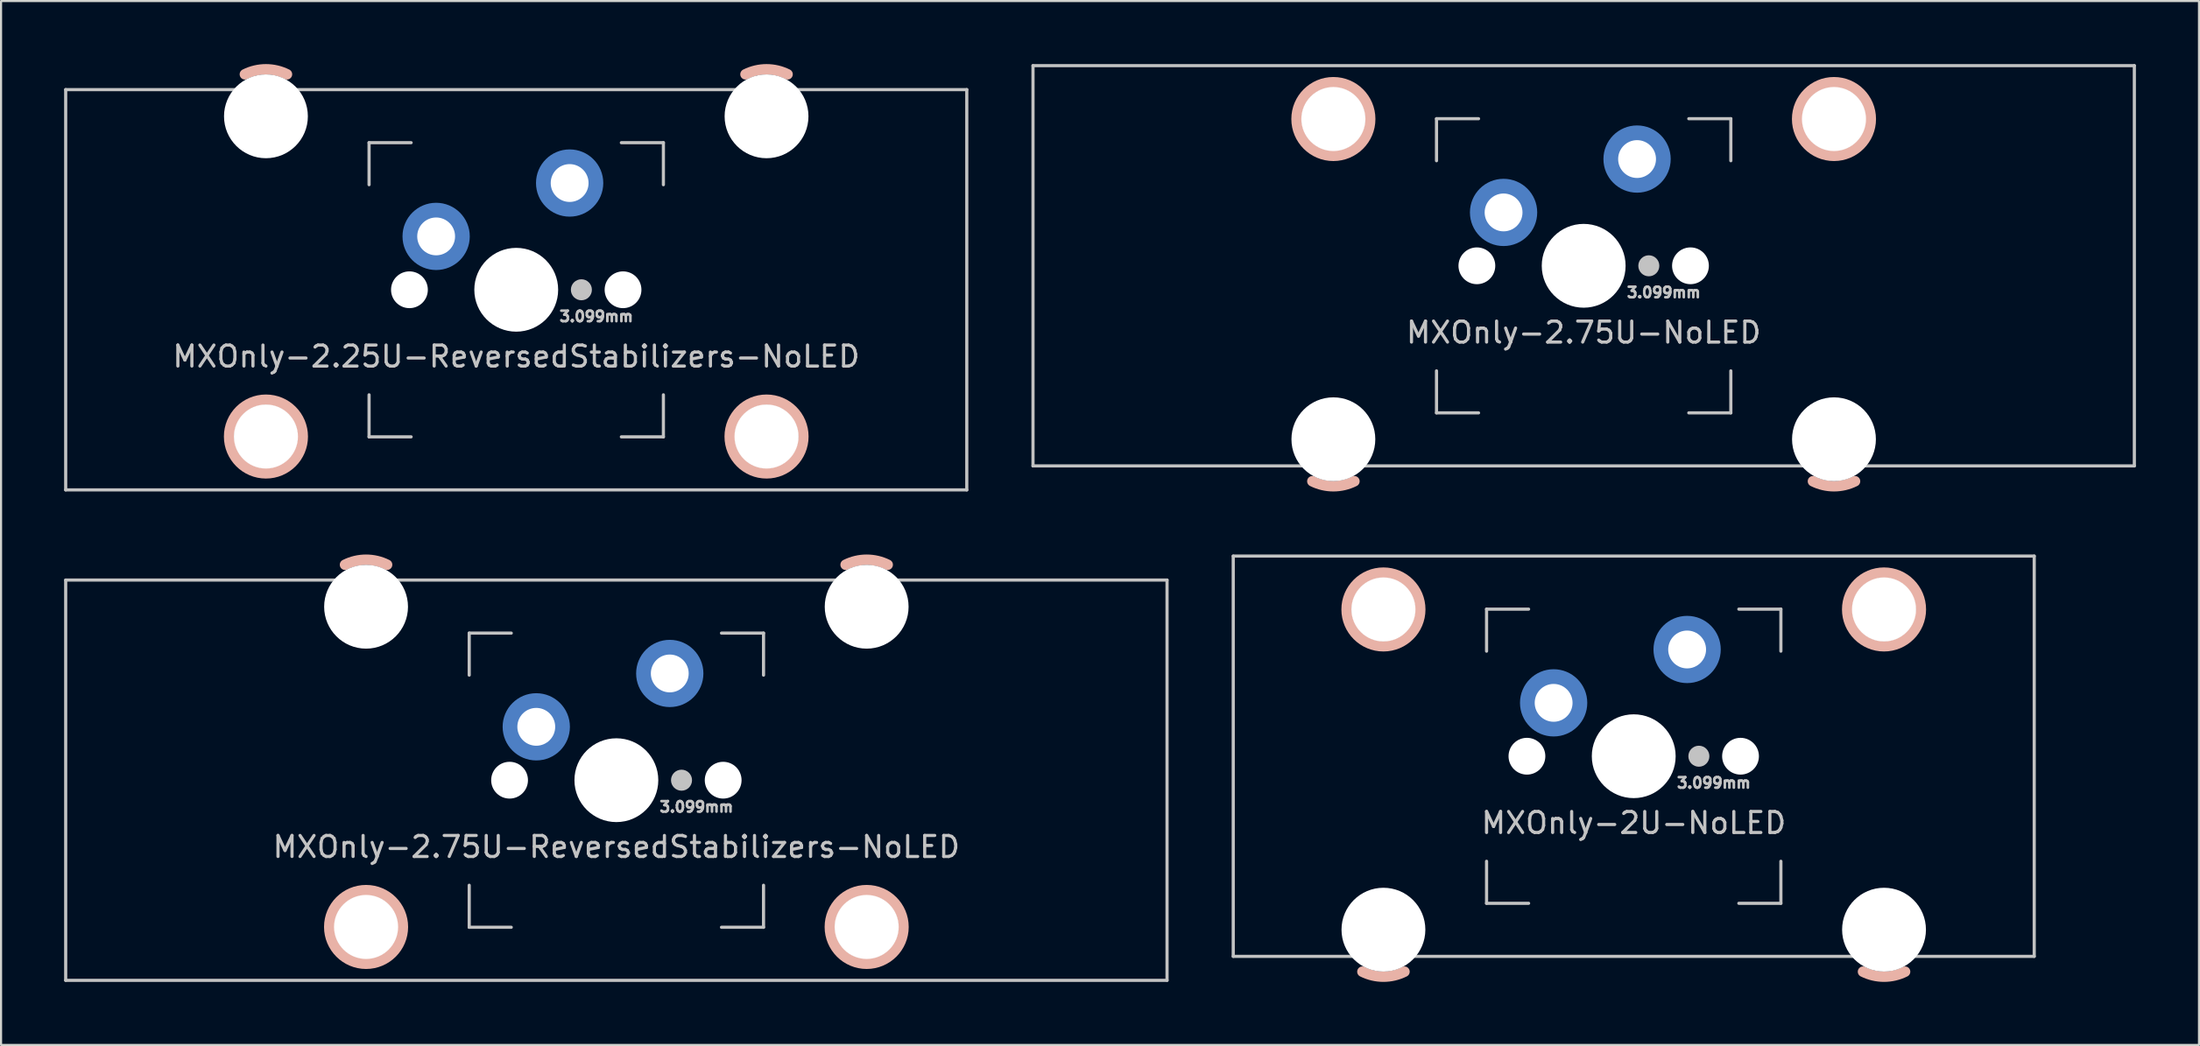
<source format=kicad_pcb>
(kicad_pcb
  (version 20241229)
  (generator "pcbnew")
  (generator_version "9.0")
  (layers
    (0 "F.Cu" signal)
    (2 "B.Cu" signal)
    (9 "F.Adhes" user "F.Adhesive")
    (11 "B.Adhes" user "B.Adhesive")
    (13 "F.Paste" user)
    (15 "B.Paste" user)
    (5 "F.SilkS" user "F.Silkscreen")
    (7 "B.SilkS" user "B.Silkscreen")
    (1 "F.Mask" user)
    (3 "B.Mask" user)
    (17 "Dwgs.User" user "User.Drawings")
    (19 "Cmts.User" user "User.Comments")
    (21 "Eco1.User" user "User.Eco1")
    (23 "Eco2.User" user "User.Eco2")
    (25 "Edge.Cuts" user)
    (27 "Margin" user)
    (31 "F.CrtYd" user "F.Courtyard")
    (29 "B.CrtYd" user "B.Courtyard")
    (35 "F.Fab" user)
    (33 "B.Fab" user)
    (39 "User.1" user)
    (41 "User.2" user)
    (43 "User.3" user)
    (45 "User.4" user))
  (footprint "MXOnly-2.25U-ReversedStabilizers-NoLED"
    (layer "F.Cu")
    (at 21.506 10.741)
    (property "Reference" "MXOnly-2.25U-ReversedStabilizers-NoLED" (at 0 3.175 0) (layer "Dwgs.User") (effects (font (size 1 1) (thickness 0.15))))
    (attr through_hole)
    (fp_arc (start -12.90625 -10.255) (mid -11.906837 -10.491068) (end -10.907301 -10.255525) (stroke (width 0.5) (type solid)) (layer "B.SilkS"))
    (fp_arc (start 10.90625 -10.255) (mid 11.905663 -10.491068) (end 12.905199 -10.255525) (stroke (width 0.5) (type solid)) (layer "B.SilkS"))
    (fp_circle (center -11.906 6.985) (end -13.656 6.985) (stroke (width 0.5) (type solid)) (fill no) (layer "B.SilkS"))
    (fp_circle (center 11.906 6.985) (end 10.156 6.985) (stroke (width 0.5) (type solid)) (fill no) (layer "B.SilkS"))
    (fp_line (start -21.431 -9.525) (end 21.431 -9.525) (stroke (width 0.15) (type solid)) (layer "Dwgs.User"))
    (fp_line (start -21.431 9.525) (end -21.431 -9.525) (stroke (width 0.15) (type solid)) (layer "Dwgs.User"))
    (fp_line (start -21.431 9.525) (end 21.431 9.525) (stroke (width 0.15) (type solid)) (layer "Dwgs.User"))
    (fp_line (start -7 -7) (end -7 -5) (stroke (width 0.15) (type solid)) (layer "Dwgs.User"))
    (fp_line (start -7 5) (end -7 7) (stroke (width 0.15) (type solid)) (layer "Dwgs.User"))
    (fp_line (start -7 7) (end -5 7) (stroke (width 0.15) (type solid)) (layer "Dwgs.User"))
    (fp_line (start -5 -7) (end -7 -7) (stroke (width 0.15) (type solid)) (layer "Dwgs.User"))
    (fp_line (start 5 -7) (end 7 -7) (stroke (width 0.15) (type solid)) (layer "Dwgs.User"))
    (fp_line (start 5 7) (end 7 7) (stroke (width 0.15) (type solid)) (layer "Dwgs.User"))
    (fp_line (start 7 -7) (end 7 -5) (stroke (width 0.15) (type solid)) (layer "Dwgs.User"))
    (fp_line (start 7 7) (end 7 5) (stroke (width 0.15) (type solid)) (layer "Dwgs.User"))
    (fp_line (start 21.431 -9.525) (end 21.431 9.525) (stroke (width 0.15) (type solid)) (layer "Dwgs.User"))
    (fp_text user "3.099mm" (at 3.81 1.27 0) (layer "Dwgs.User") (effects (font (size 0.5 0.5) (thickness 0.125))))
    (pad "" np_thru_hole circle (at -11.906 -8.255) (size 3.988 3.988) (drill 3.988) (layers "*.Cu" "*.Mask"))
    (pad "" np_thru_hole circle (at -11.906 6.985) (size 3.048 3.048) (drill 3.048) (layers "*.Cu" "*.Mask"))
    (pad "" np_thru_hole circle (at -5.08 0 48.1) (size 1.75 1.75) (drill 1.75) (layers "*.Cu" "*.Mask"))
    (pad "" smd circle (at -3.81 -2.54) (size 2.8 2.8) (layers "B.Mask"))
    (pad "" np_thru_hole circle (at 0 0) (size 3.988 3.988) (drill 3.988) (layers "*.Cu" "*.Mask"))
    (pad "" smd circle (at 2.54 -5.08) (size 2.8 2.8) (layers "B.Mask"))
    (pad "" smd circle (at 3.099 0) (size 1 1) (layers "Dwgs.User"))
    (pad "" np_thru_hole circle (at 5.08 0 48.1) (size 1.75 1.75) (drill 1.75) (layers "*.Cu" "*.Mask"))
    (pad "" np_thru_hole circle (at 11.906 -8.255) (size 3.988 3.988) (drill 3.988) (layers "*.Cu" "*.Mask"))
    (pad "" np_thru_hole circle (at 11.906 6.985) (size 3.048 3.048) (drill 3.048) (layers "*.Cu" "*.Mask"))
    (pad "1" thru_hole circle (at -3.81 -2.54) (size 2.4 2.4) (drill 1.8) (layers "*.Cu"))
    (pad "1" connect circle (at -3.81 -2.54) (size 3.2 3.2) (layers "B.Cu"))
    (pad "2" thru_hole circle (at 2.54 -5.08) (size 2.4 2.4) (drill 1.8) (layers "*.Cu"))
    (pad "2" connect circle (at 2.54 -5.08) (size 3.2 3.2) (layers "B.Cu")))
  (footprint "MXOnly-2.75U-NoLED"
    (layer "F.Cu")
    (at 72.281 9.6)
    (property "Reference" "MXOnly-2.75U-NoLED" (at 0 3.175 0) (layer "Dwgs.User") (effects (font (size 1 1) (thickness 0.15))))
    (attr through_hole)
    (fp_arc (start -10.90625 10.255) (mid -11.905663 10.491068) (end -12.905199 10.255525) (stroke (width 0.5) (type solid)) (layer "B.SilkS"))
    (fp_arc (start 12.90625 10.255) (mid 11.906837 10.491068) (end 10.907301 10.255525) (stroke (width 0.5) (type solid)) (layer "B.SilkS"))
    (fp_circle (center -11.906 -6.985) (end -10.156 -6.985) (stroke (width 0.5) (type solid)) (fill no) (layer "B.SilkS"))
    (fp_circle (center 11.906 -6.985) (end 13.656 -6.985) (stroke (width 0.5) (type solid)) (fill no) (layer "B.SilkS"))
    (fp_line (start -26.194 -9.525) (end 26.194 -9.525) (stroke (width 0.15) (type solid)) (layer "Dwgs.User"))
    (fp_line (start -26.194 9.525) (end -26.194 -9.525) (stroke (width 0.15) (type solid)) (layer "Dwgs.User"))
    (fp_line (start -26.194 9.525) (end 26.194 9.525) (stroke (width 0.15) (type solid)) (layer "Dwgs.User"))
    (fp_line (start -7 -7) (end -7 -5) (stroke (width 0.15) (type solid)) (layer "Dwgs.User"))
    (fp_line (start -7 5) (end -7 7) (stroke (width 0.15) (type solid)) (layer "Dwgs.User"))
    (fp_line (start -7 7) (end -5 7) (stroke (width 0.15) (type solid)) (layer "Dwgs.User"))
    (fp_line (start -5 -7) (end -7 -7) (stroke (width 0.15) (type solid)) (layer "Dwgs.User"))
    (fp_line (start 5 -7) (end 7 -7) (stroke (width 0.15) (type solid)) (layer "Dwgs.User"))
    (fp_line (start 5 7) (end 7 7) (stroke (width 0.15) (type solid)) (layer "Dwgs.User"))
    (fp_line (start 7 -7) (end 7 -5) (stroke (width 0.15) (type solid)) (layer "Dwgs.User"))
    (fp_line (start 7 7) (end 7 5) (stroke (width 0.15) (type solid)) (layer "Dwgs.User"))
    (fp_line (start 26.194 -9.525) (end 26.194 9.525) (stroke (width 0.15) (type solid)) (layer "Dwgs.User"))
    (fp_text user "3.099mm" (at 3.81 1.27 0) (layer "Dwgs.User") (effects (font (size 0.5 0.5) (thickness 0.125))))
    (pad "" np_thru_hole circle (at -11.906 -6.985) (size 3.048 3.048) (drill 3.048) (layers "*.Cu" "*.Mask"))
    (pad "" np_thru_hole circle (at -11.906 8.255) (size 3.988 3.988) (drill 3.988) (layers "*.Cu" "*.Mask"))
    (pad "" np_thru_hole circle (at -5.08 0 48.1) (size 1.75 1.75) (drill 1.75) (layers "*.Cu" "*.Mask"))
    (pad "" smd circle (at -3.81 -2.54) (size 2.8 2.8) (layers "B.Mask"))
    (pad "" np_thru_hole circle (at 0 0) (size 3.988 3.988) (drill 3.988) (layers "*.Cu" "*.Mask"))
    (pad "" smd circle (at 2.54 -5.08) (size 2.8 2.8) (layers "B.Mask"))
    (pad "" smd circle (at 3.099 0) (size 1 1) (layers "Dwgs.User"))
    (pad "" np_thru_hole circle (at 5.08 0 48.1) (size 1.75 1.75) (drill 1.75) (layers "*.Cu" "*.Mask"))
    (pad "" np_thru_hole circle (at 11.906 -6.985) (size 3.048 3.048) (drill 3.048) (layers "*.Cu" "*.Mask"))
    (pad "" np_thru_hole circle (at 11.906 8.255) (size 3.988 3.988) (drill 3.988) (layers "*.Cu" "*.Mask"))
    (pad "1" thru_hole circle (at -3.81 -2.54) (size 2.4 2.4) (drill 1.8) (layers "*.Cu"))
    (pad "1" connect circle (at -3.81 -2.54) (size 3.2 3.2) (layers "B.Cu"))
    (pad "2" thru_hole circle (at 2.54 -5.08) (size 2.4 2.4) (drill 1.8) (layers "*.Cu"))
    (pad "2" connect circle (at 2.54 -5.08) (size 3.2 3.2) (layers "B.Cu")))
  (footprint "MXOnly-2.75U-ReversedStabilizers-NoLED"
    (layer "F.Cu")
    (at 26.269 34.082)
    (property "Reference" "MXOnly-2.75U-ReversedStabilizers-NoLED" (at 0 3.175 0) (layer "Dwgs.User") (effects (font (size 1 1) (thickness 0.15))))
    (attr through_hole)
    (fp_arc (start -12.90625 -10.255) (mid -11.906837 -10.491068) (end -10.907301 -10.255525) (stroke (width 0.5) (type solid)) (layer "B.SilkS"))
    (fp_arc (start 10.90625 -10.255) (mid 11.905663 -10.491068) (end 12.905199 -10.255525) (stroke (width 0.5) (type solid)) (layer "B.SilkS"))
    (fp_circle (center -11.906 6.985) (end -13.656 6.985) (stroke (width 0.5) (type solid)) (fill no) (layer "B.SilkS"))
    (fp_circle (center 11.906 6.985) (end 10.156 6.985) (stroke (width 0.5) (type solid)) (fill no) (layer "B.SilkS"))
    (fp_line (start -26.194 -9.525) (end 26.194 -9.525) (stroke (width 0.15) (type solid)) (layer "Dwgs.User"))
    (fp_line (start -26.194 9.525) (end -26.194 -9.525) (stroke (width 0.15) (type solid)) (layer "Dwgs.User"))
    (fp_line (start -26.194 9.525) (end 26.194 9.525) (stroke (width 0.15) (type solid)) (layer "Dwgs.User"))
    (fp_line (start -7 -7) (end -7 -5) (stroke (width 0.15) (type solid)) (layer "Dwgs.User"))
    (fp_line (start -7 5) (end -7 7) (stroke (width 0.15) (type solid)) (layer "Dwgs.User"))
    (fp_line (start -7 7) (end -5 7) (stroke (width 0.15) (type solid)) (layer "Dwgs.User"))
    (fp_line (start -5 -7) (end -7 -7) (stroke (width 0.15) (type solid)) (layer "Dwgs.User"))
    (fp_line (start 5 -7) (end 7 -7) (stroke (width 0.15) (type solid)) (layer "Dwgs.User"))
    (fp_line (start 5 7) (end 7 7) (stroke (width 0.15) (type solid)) (layer "Dwgs.User"))
    (fp_line (start 7 -7) (end 7 -5) (stroke (width 0.15) (type solid)) (layer "Dwgs.User"))
    (fp_line (start 7 7) (end 7 5) (stroke (width 0.15) (type solid)) (layer "Dwgs.User"))
    (fp_line (start 26.194 -9.525) (end 26.194 9.525) (stroke (width 0.15) (type solid)) (layer "Dwgs.User"))
    (fp_text user "3.099mm" (at 3.81 1.27 0) (layer "Dwgs.User") (effects (font (size 0.5 0.5) (thickness 0.125))))
    (pad "" np_thru_hole circle (at -11.906 -8.255) (size 3.988 3.988) (drill 3.988) (layers "*.Cu" "*.Mask"))
    (pad "" np_thru_hole circle (at -11.906 6.985) (size 3.048 3.048) (drill 3.048) (layers "*.Cu" "*.Mask"))
    (pad "" np_thru_hole circle (at -5.08 0 48.1) (size 1.75 1.75) (drill 1.75) (layers "*.Cu" "*.Mask"))
    (pad "" smd circle (at -3.81 -2.54) (size 2.8 2.8) (layers "B.Mask"))
    (pad "" np_thru_hole circle (at 0 0) (size 3.988 3.988) (drill 3.988) (layers "*.Cu" "*.Mask"))
    (pad "" smd circle (at 2.54 -5.08) (size 2.8 2.8) (layers "B.Mask"))
    (pad "" smd circle (at 3.099 0) (size 1 1) (layers "Dwgs.User"))
    (pad "" np_thru_hole circle (at 5.08 0 48.1) (size 1.75 1.75) (drill 1.75) (layers "*.Cu" "*.Mask"))
    (pad "" np_thru_hole circle (at 11.906 -8.255) (size 3.988 3.988) (drill 3.988) (layers "*.Cu" "*.Mask"))
    (pad "" np_thru_hole circle (at 11.906 6.985) (size 3.048 3.048) (drill 3.048) (layers "*.Cu" "*.Mask"))
    (pad "1" thru_hole circle (at -3.81 -2.54) (size 2.4 2.4) (drill 1.8) (layers "*.Cu"))
    (pad "1" connect circle (at -3.81 -2.54) (size 3.2 3.2) (layers "B.Cu"))
    (pad "2" thru_hole circle (at 2.54 -5.08) (size 2.4 2.4) (drill 1.8) (layers "*.Cu"))
    (pad "2" connect circle (at 2.54 -5.08) (size 3.2 3.2) (layers "B.Cu")))
  (footprint "MXOnly-2U-NoLED"
    (layer "F.Cu")
    (at 74.662 32.941)
    (property "Reference" "MXOnly-2U-NoLED" (at 0 3.175 0) (layer "Dwgs.User") (effects (font (size 1 1) (thickness 0.15))))
    (attr through_hole)
    (fp_arc (start -10.90625 10.255) (mid -11.905663 10.491068) (end -12.905199 10.255525) (stroke (width 0.5) (type solid)) (layer "B.SilkS"))
    (fp_arc (start 12.90625 10.255) (mid 11.906837 10.491068) (end 10.907301 10.255525) (stroke (width 0.5) (type solid)) (layer "B.SilkS"))
    (fp_circle (center -11.906 -6.985) (end -10.156 -6.985) (stroke (width 0.5) (type solid)) (fill no) (layer "B.SilkS"))
    (fp_circle (center 11.906 -6.985) (end 13.656 -6.985) (stroke (width 0.5) (type solid)) (fill no) (layer "B.SilkS"))
    (fp_line (start -19.05 -9.525) (end 19.05 -9.525) (stroke (width 0.15) (type solid)) (layer "Dwgs.User"))
    (fp_line (start -19.05 9.525) (end -19.05 -9.525) (stroke (width 0.15) (type solid)) (layer "Dwgs.User"))
    (fp_line (start -19.05 9.525) (end 19.05 9.525) (stroke (width 0.15) (type solid)) (layer "Dwgs.User"))
    (fp_line (start -7 -7) (end -7 -5) (stroke (width 0.15) (type solid)) (layer "Dwgs.User"))
    (fp_line (start -7 5) (end -7 7) (stroke (width 0.15) (type solid)) (layer "Dwgs.User"))
    (fp_line (start -7 7) (end -5 7) (stroke (width 0.15) (type solid)) (layer "Dwgs.User"))
    (fp_line (start -5 -7) (end -7 -7) (stroke (width 0.15) (type solid)) (layer "Dwgs.User"))
    (fp_line (start 5 -7) (end 7 -7) (stroke (width 0.15) (type solid)) (layer "Dwgs.User"))
    (fp_line (start 5 7) (end 7 7) (stroke (width 0.15) (type solid)) (layer "Dwgs.User"))
    (fp_line (start 7 -7) (end 7 -5) (stroke (width 0.15) (type solid)) (layer "Dwgs.User"))
    (fp_line (start 7 7) (end 7 5) (stroke (width 0.15) (type solid)) (layer "Dwgs.User"))
    (fp_line (start 19.05 -9.525) (end 19.05 9.525) (stroke (width 0.15) (type solid)) (layer "Dwgs.User"))
    (fp_text user "3.099mm" (at 3.81 1.27 0) (layer "Dwgs.User") (effects (font (size 0.5 0.5) (thickness 0.125))))
    (pad "" np_thru_hole circle (at -11.906 -6.985 180) (size 3.048 3.048) (drill 3.048) (layers "*.Cu" "*.Mask"))
    (pad "" np_thru_hole circle (at -11.906 8.255 180) (size 3.988 3.988) (drill 3.988) (layers "*.Cu" "*.Mask"))
    (pad "" np_thru_hole circle (at -5.08 0 48.1) (size 1.75 1.75) (drill 1.75) (layers "*.Cu" "*.Mask"))
    (pad "" smd circle (at -3.81 -2.54) (size 2.8 2.8) (layers "B.Mask"))
    (pad "" np_thru_hole circle (at 0 0) (size 3.988 3.988) (drill 3.988) (layers "*.Cu" "*.Mask"))
    (pad "" smd circle (at 2.54 -5.08) (size 2.8 2.8) (layers "B.Mask"))
    (pad "" smd circle (at 3.099 0) (size 1 1) (layers "Dwgs.User"))
    (pad "" np_thru_hole circle (at 5.08 0 48.1) (size 1.75 1.75) (drill 1.75) (layers "*.Cu" "*.Mask"))
    (pad "" np_thru_hole circle (at 11.906 -6.985 180) (size 3.048 3.048) (drill 3.048) (layers "*.Cu" "*.Mask"))
    (pad "" np_thru_hole circle (at 11.906 8.255 180) (size 3.988 3.988) (drill 3.988) (layers "*.Cu" "*.Mask"))
    (pad "1" thru_hole circle (at -3.81 -2.54) (size 2.4 2.4) (drill 1.8) (layers "*.Cu"))
    (pad "1" connect circle (at -3.81 -2.54) (size 3.2 3.2) (layers "B.Cu"))
    (pad "2" thru_hole circle (at 2.54 -5.08) (size 2.4 2.4) (drill 1.8) (layers "*.Cu"))
    (pad "2" connect circle (at 2.54 -5.08) (size 3.2 3.2) (layers "B.Cu")))
  (gr_rect
    (start -3 -3)
    (end 101.55 46.682)
    (stroke (width 0.1) (type default))
    (fill no)
    (layer "Edge.Cuts")))
</source>
